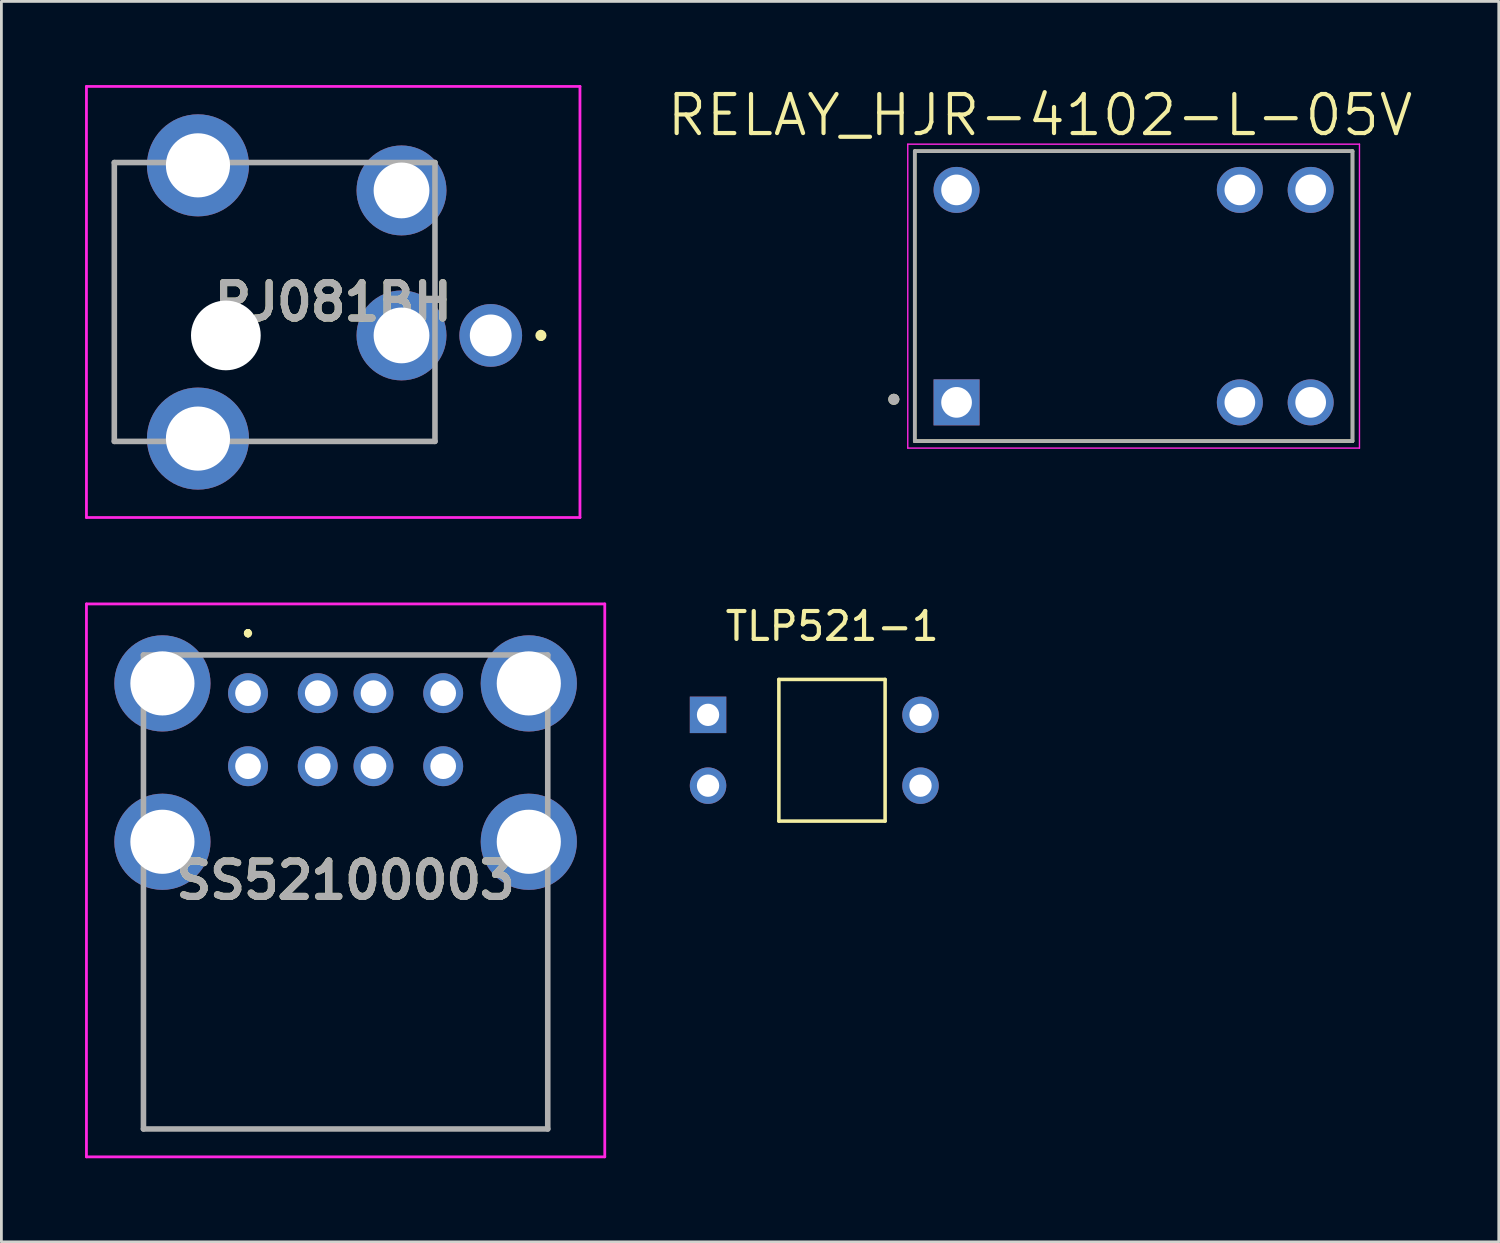
<source format=kicad_pcb>
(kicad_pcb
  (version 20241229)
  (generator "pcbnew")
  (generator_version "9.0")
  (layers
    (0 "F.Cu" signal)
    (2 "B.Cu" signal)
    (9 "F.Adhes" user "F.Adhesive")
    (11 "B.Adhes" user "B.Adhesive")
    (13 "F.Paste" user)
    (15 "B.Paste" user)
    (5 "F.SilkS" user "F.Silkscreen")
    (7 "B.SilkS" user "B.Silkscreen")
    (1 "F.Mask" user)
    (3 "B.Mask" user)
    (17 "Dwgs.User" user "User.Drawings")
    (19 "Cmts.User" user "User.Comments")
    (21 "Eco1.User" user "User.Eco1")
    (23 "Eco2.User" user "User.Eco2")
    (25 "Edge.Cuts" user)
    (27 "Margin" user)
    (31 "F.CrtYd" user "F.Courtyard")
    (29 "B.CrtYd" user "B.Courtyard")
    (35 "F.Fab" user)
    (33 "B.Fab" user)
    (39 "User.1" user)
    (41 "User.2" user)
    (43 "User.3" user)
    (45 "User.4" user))
  (footprint "RELAY_HJR-4102-L-05V"
    (layer "F.Cu")
    (at 37.607 7.571)
    (property "Reference" "RELAY_HJR-4102-L-05V" (at -3.355 -6.489 0) (layer "F.SilkS") (effects (font (size 1.4 1.4) (thickness 0.15))))
    (attr through_hole)
    (fp_line (start -7.85 -5.2) (end 7.85 -5.2) (stroke (width 0.127) (type solid)) (layer "F.SilkS"))
    (fp_line (start -7.85 5.2) (end -7.85 -5.2) (stroke (width 0.127) (type solid)) (layer "F.SilkS"))
    (fp_line (start 7.85 -5.2) (end 7.85 5.2) (stroke (width 0.127) (type solid)) (layer "F.SilkS"))
    (fp_line (start 7.85 5.2) (end -7.85 5.2) (stroke (width 0.127) (type solid)) (layer "F.SilkS"))
    (fp_circle (center -8.6 3.7) (end -8.5 3.7) (stroke (width 0.2) (type solid)) (fill no) (layer "F.SilkS"))
    (fp_line (start -8.1 -5.45) (end 8.1 -5.45) (stroke (width 0.05) (type solid)) (layer "F.CrtYd"))
    (fp_line (start -8.1 5.45) (end -8.1 -5.45) (stroke (width 0.05) (type solid)) (layer "F.CrtYd"))
    (fp_line (start 8.1 -5.45) (end 8.1 5.45) (stroke (width 0.05) (type solid)) (layer "F.CrtYd"))
    (fp_line (start 8.1 5.45) (end -8.1 5.45) (stroke (width 0.05) (type solid)) (layer "F.CrtYd"))
    (fp_line (start -7.85 -5.2) (end 7.85 -5.2) (stroke (width 0.127) (type solid)) (layer "F.Fab"))
    (fp_line (start -7.85 5.2) (end -7.85 -5.2) (stroke (width 0.127) (type solid)) (layer "F.Fab"))
    (fp_line (start 7.85 -5.2) (end 7.85 5.2) (stroke (width 0.127) (type solid)) (layer "F.Fab"))
    (fp_line (start 7.85 5.2) (end -7.85 5.2) (stroke (width 0.127) (type solid)) (layer "F.Fab"))
    (fp_circle (center -8.6 3.7) (end -8.5 3.7) (stroke (width 0.2) (type solid)) (fill no) (layer "F.Fab"))
    (pad "1" thru_hole rect (at -6.35 3.81) (size 1.65 1.65) (drill 1.1) (layers "*.Cu" "*.Mask"))
    (pad "5" thru_hole circle (at 3.81 3.81) (size 1.65 1.65) (drill 1.1) (layers "*.Cu" "*.Mask"))
    (pad "6" thru_hole circle (at 6.35 3.81) (size 1.65 1.65) (drill 1.1) (layers "*.Cu" "*.Mask"))
    (pad "7" thru_hole circle (at 6.35 -3.81) (size 1.65 1.65) (drill 1.1) (layers "*.Cu" "*.Mask"))
    (pad "8" thru_hole circle (at 3.81 -3.81) (size 1.65 1.65) (drill 1.1) (layers "*.Cu" "*.Mask"))
    (pad "12" thru_hole circle (at -6.35 -3.81) (size 1.65 1.65) (drill 1.1) (layers "*.Cu" "*.Mask")))
  (footprint "SS52100003"
    (layer "F.Cu")
    (at 9.345 27.14)
    (property "Reference" "SS52100003" (at 0 1.385 0) (layer "F.SilkS") (effects (font (size 1.27 1.27) (thickness 0.254))))
    (attr through_hole)
    (fp_line (start -7.25 -3.46) (end -7.25 -3.46) (stroke (width 0.1) (type solid)) (layer "F.SilkS"))
    (fp_line (start -7.25 -3.46) (end -7.25 -2.21) (stroke (width 0.1) (type solid)) (layer "F.SilkS"))
    (fp_line (start -7.25 -2.21) (end -7.25 -3.46) (stroke (width 0.1) (type solid)) (layer "F.SilkS"))
    (fp_line (start -7.25 -2.21) (end -7.25 -2.21) (stroke (width 0.1) (type solid)) (layer "F.SilkS"))
    (fp_line (start -7.25 2.29) (end -7.25 2.29) (stroke (width 0.1) (type solid)) (layer "F.SilkS"))
    (fp_line (start -7.25 2.29) (end -7.25 2.54) (stroke (width 0.1) (type solid)) (layer "F.SilkS"))
    (fp_line (start -7.25 2.54) (end -7.25 2.29) (stroke (width 0.1) (type solid)) (layer "F.SilkS"))
    (fp_line (start -7.25 2.54) (end -7.25 2.54) (stroke (width 0.1) (type solid)) (layer "F.SilkS"))
    (fp_line (start -7.25 2.54) (end -7.25 2.54) (stroke (width 0.1) (type solid)) (layer "F.SilkS"))
    (fp_line (start -7.25 2.54) (end -7.25 10.29) (stroke (width 0.1) (type solid)) (layer "F.SilkS"))
    (fp_line (start -7.25 10.29) (end -7.25 2.54) (stroke (width 0.1) (type solid)) (layer "F.SilkS"))
    (fp_line (start -7.25 10.29) (end -7.25 10.29) (stroke (width 0.1) (type solid)) (layer "F.SilkS"))
    (fp_line (start -7.25 10.29) (end -7.25 10.29) (stroke (width 0.1) (type solid)) (layer "F.SilkS"))
    (fp_line (start -7.25 10.29) (end 7.25 10.29) (stroke (width 0.1) (type solid)) (layer "F.SilkS"))
    (fp_line (start -3.5 -7.53) (end -3.5 -7.53) (stroke (width 0.2) (type solid)) (layer "F.SilkS"))
    (fp_line (start -3.5 -7.53) (end -3.5 -7.53) (stroke (width 0.2) (type solid)) (layer "F.SilkS"))
    (fp_line (start -3.5 -7.43) (end -3.5 -7.43) (stroke (width 0.2) (type solid)) (layer "F.SilkS"))
    (fp_line (start -3.5 -6.71) (end -3.5 -6.71) (stroke (width 0.1) (type solid)) (layer "F.SilkS"))
    (fp_line (start -3.5 -6.71) (end 3.5 -6.71) (stroke (width 0.1) (type solid)) (layer "F.SilkS"))
    (fp_line (start 3.5 -6.71) (end -3.5 -6.71) (stroke (width 0.1) (type solid)) (layer "F.SilkS"))
    (fp_line (start 3.5 -6.71) (end 3.5 -6.71) (stroke (width 0.1) (type solid)) (layer "F.SilkS"))
    (fp_line (start 7.25 -3.46) (end 7.25 -3.46) (stroke (width 0.1) (type solid)) (layer "F.SilkS"))
    (fp_line (start 7.25 -3.46) (end 7.25 -2.21) (stroke (width 0.1) (type solid)) (layer "F.SilkS"))
    (fp_line (start 7.25 -2.21) (end 7.25 -3.46) (stroke (width 0.1) (type solid)) (layer "F.SilkS"))
    (fp_line (start 7.25 -2.21) (end 7.25 -2.21) (stroke (width 0.1) (type solid)) (layer "F.SilkS"))
    (fp_line (start 7.25 2.29) (end 7.25 2.29) (stroke (width 0.1) (type solid)) (layer "F.SilkS"))
    (fp_line (start 7.25 2.29) (end 7.25 10.29) (stroke (width 0.1) (type solid)) (layer "F.SilkS"))
    (fp_line (start 7.25 10.29) (end -7.25 10.29) (stroke (width 0.1) (type solid)) (layer "F.SilkS"))
    (fp_line (start 7.25 10.29) (end 7.25 2.29) (stroke (width 0.1) (type solid)) (layer "F.SilkS"))
    (fp_line (start 7.25 10.29) (end 7.25 10.29) (stroke (width 0.1) (type solid)) (layer "F.SilkS"))
    (fp_line (start 7.25 10.29) (end 7.25 10.29) (stroke (width 0.1) (type solid)) (layer "F.SilkS"))
    (fp_arc (start -3.5 -7.53) (mid -3.45 -7.48) (end -3.5 -7.43) (stroke (width 0.2) (type solid)) (layer "F.SilkS"))
    (fp_arc (start -3.5 -7.43) (mid -3.55 -7.48) (end -3.5 -7.53) (stroke (width 0.2) (type solid)) (layer "F.SilkS"))
    (fp_arc (start -3.5 -7.43) (mid -3.55 -7.48) (end -3.5 -7.53) (stroke (width 0.2) (type solid)) (layer "F.SilkS"))
    (fp_line (start -9.295 -8.53) (end 9.295 -8.53) (stroke (width 0.1) (type solid)) (layer "F.CrtYd"))
    (fp_line (start -9.295 11.3) (end -9.295 -8.53) (stroke (width 0.1) (type solid)) (layer "F.CrtYd"))
    (fp_line (start 9.295 -8.53) (end 9.295 11.3) (stroke (width 0.1) (type solid)) (layer "F.CrtYd"))
    (fp_line (start 9.295 11.3) (end -9.295 11.3) (stroke (width 0.1) (type solid)) (layer "F.CrtYd"))
    (fp_line (start -7.25 -6.7) (end -7.25 10.3) (stroke (width 0.2) (type solid)) (layer "F.Fab"))
    (fp_line (start -7.25 10.3) (end 7.25 10.3) (stroke (width 0.2) (type solid)) (layer "F.Fab"))
    (fp_line (start 7.25 -6.7) (end -7.25 -6.7) (stroke (width 0.2) (type solid)) (layer "F.Fab"))
    (fp_line (start 7.25 10.3) (end 7.25 -6.7) (stroke (width 0.2) (type solid)) (layer "F.Fab"))
    (fp_text user "${REFERENCE}" (at 0 1.385 0) (layer "F.Fab") (effects (font (size 1.27 1.27) (thickness 0.254))))
    (pad "1" thru_hole circle (at -3.5 -5.33) (size 1.431 1.431) (drill 0.92) (layers "*.Cu" "*.Mask"))
    (pad "2" thru_hole circle (at -1 -5.33) (size 1.431 1.431) (drill 0.92) (layers "*.Cu" "*.Mask"))
    (pad "3" thru_hole circle (at 1 -5.33) (size 1.431 1.431) (drill 0.92) (layers "*.Cu" "*.Mask"))
    (pad "4" thru_hole circle (at 3.5 -5.33) (size 1.431 1.431) (drill 0.92) (layers "*.Cu" "*.Mask"))
    (pad "5" thru_hole circle (at -3.5 -2.71) (size 1.431 1.431) (drill 0.92) (layers "*.Cu" "*.Mask"))
    (pad "6" thru_hole circle (at -1 -2.71) (size 1.431 1.431) (drill 0.92) (layers "*.Cu" "*.Mask"))
    (pad "7" thru_hole circle (at 1 -2.71) (size 1.431 1.431) (drill 0.92) (layers "*.Cu" "*.Mask"))
    (pad "8" thru_hole circle (at 3.5 -2.71) (size 1.431 1.431) (drill 0.92) (layers "*.Cu" "*.Mask"))
    (pad "MH1" thru_hole circle (at -6.57 -5.68) (size 3.45 3.45) (drill 2.3) (layers "*.Cu" "*.Mask"))
    (pad "MH2" thru_hole circle (at 6.57 -5.68) (size 3.45 3.45) (drill 2.3) (layers "*.Cu" "*.Mask"))
    (pad "MH3" thru_hole circle (at -6.57 0) (size 3.45 3.45) (drill 2.3) (layers "*.Cu" "*.Mask"))
    (pad "MH4" thru_hole circle (at 6.57 0) (size 3.45 3.45) (drill 2.3) (layers "*.Cu" "*.Mask")))
  (footprint "TLP521-1"
    (layer "F.Cu")
    (at 22.344 22.588)
    (property "Reference" "TLP521-1" (at 4.451 -3.179 0) (layer "F.SilkS") (effects (font (size 1.001 1.001) (thickness 0.15))))
    (attr through_hole)
    (fp_line (start 2.54 -1.27) (end 2.54 3.81) (stroke (width 0.127) (type solid)) (layer "F.SilkS"))
    (fp_line (start 2.54 3.81) (end 6.35 3.81) (stroke (width 0.127) (type solid)) (layer "F.SilkS"))
    (fp_line (start 6.35 -1.27) (end 2.54 -1.27) (stroke (width 0.127) (type solid)) (layer "F.SilkS"))
    (fp_line (start 6.35 3.81) (end 6.35 -1.27) (stroke (width 0.127) (type solid)) (layer "F.SilkS"))
    (pad "P$1" thru_hole rect (at 0 0) (size 1.308 1.308) (drill 0.8) (layers "*.Cu" "*.Mask"))
    (pad "P$2" thru_hole circle (at 0 2.54) (size 1.308 1.308) (drill 0.8) (layers "*.Cu" "*.Mask"))
    (pad "P$3" thru_hole circle (at 7.62 2.54) (size 1.308 1.308) (drill 0.8) (layers "*.Cu" "*.Mask"))
    (pad "P$4" thru_hole circle (at 7.62 0) (size 1.308 1.308) (drill 0.8) (layers "*.Cu" "*.Mask")))
  (footprint "PJ081BH"
    (layer "F.Cu")
    (at 14.55 8.98)
    (property "Reference" "PJ081BH" (at -5.65 -1.2 0) (layer "F.SilkS") (effects (font (size 1.27 1.27) (thickness 0.254))))
    (attr through_hole)
    (fp_line (start -13.5 -6.2) (end -13.5 3.8) (stroke (width 0.1) (type solid)) (layer "F.SilkS"))
    (fp_line (start -13.5 3.8) (end -13 3.8) (stroke (width 0.1) (type solid)) (layer "F.SilkS"))
    (fp_line (start -13 -6.2) (end -13.5 -6.2) (stroke (width 0.1) (type solid)) (layer "F.SilkS"))
    (fp_line (start -5.5 -6.2) (end -8 -6.2) (stroke (width 0.1) (type solid)) (layer "F.SilkS"))
    (fp_line (start -2 -3.5) (end -2 -2) (stroke (width 0.1) (type solid)) (layer "F.SilkS"))
    (fp_line (start -2 2) (end -2 3.8) (stroke (width 0.1) (type solid)) (layer "F.SilkS"))
    (fp_line (start -2 3.8) (end -8 3.8) (stroke (width 0.1) (type solid)) (layer "F.SilkS"))
    (fp_line (start 1.8 -0.1) (end 1.8 -0.1) (stroke (width 0.2) (type solid)) (layer "F.SilkS"))
    (fp_line (start 1.8 0.1) (end 1.8 0.1) (stroke (width 0.2) (type solid)) (layer "F.SilkS"))
    (fp_arc (start 1.8 -0.1) (mid 1.9 0) (end 1.8 0.1) (stroke (width 0.2) (type solid)) (layer "F.SilkS"))
    (fp_arc (start 1.8 0.1) (mid 1.7 0) (end 1.8 -0.1) (stroke (width 0.2) (type solid)) (layer "F.SilkS"))
    (fp_line (start -14.5 -8.93) (end 3.2 -8.93) (stroke (width 0.1) (type solid)) (layer "F.CrtYd"))
    (fp_line (start -14.5 6.53) (end -14.5 -8.93) (stroke (width 0.1) (type solid)) (layer "F.CrtYd"))
    (fp_line (start 3.2 -8.93) (end 3.2 6.53) (stroke (width 0.1) (type solid)) (layer "F.CrtYd"))
    (fp_line (start 3.2 6.53) (end -14.5 6.53) (stroke (width 0.1) (type solid)) (layer "F.CrtYd"))
    (fp_line (start -13.5 -6.2) (end -2 -6.2) (stroke (width 0.2) (type solid)) (layer "F.Fab"))
    (fp_line (start -13.5 3.8) (end -13.5 -6.2) (stroke (width 0.2) (type solid)) (layer "F.Fab"))
    (fp_line (start -2 -6.2) (end -2 3.8) (stroke (width 0.2) (type solid)) (layer "F.Fab"))
    (fp_line (start -2 3.8) (end -13.5 3.8) (stroke (width 0.2) (type solid)) (layer "F.Fab"))
    (fp_text user "${REFERENCE}" (at -5.65 -1.2 0) (layer "F.Fab") (effects (font (size 1.27 1.27) (thickness 0.254))))
    (pad "" np_thru_hole circle (at -9.5 0) (size 2.5 2.5) (drill 2.5) (layers "*.Cu" "*.Mask"))
    (pad "1" thru_hole circle (at 0 0) (size 2.25 2.25) (drill 1.5) (layers "*.Cu" "*.Mask"))
    (pad "2" thru_hole circle (at -3.2 -5.2) (size 3.225 3.225) (drill 2) (layers "*.Cu" "*.Mask"))
    (pad "3" thru_hole circle (at -3.2 0) (size 3.225 3.225) (drill 2) (layers "*.Cu" "*.Mask"))
    (pad "MH1" thru_hole circle (at -10.5 3.7) (size 3.66 3.66) (drill 2.3) (layers "*.Cu" "*.Mask"))
    (pad "MH3" thru_hole circle (at -10.5 -6.1) (size 3.66 3.66) (drill 2.3) (layers "*.Cu" "*.Mask")))
  (gr_rect
    (start -3 -3)
    (end 50.703 41.49)
    (stroke (width 0.1) (type default))
    (fill no)
    (layer "Edge.Cuts")))
</source>
